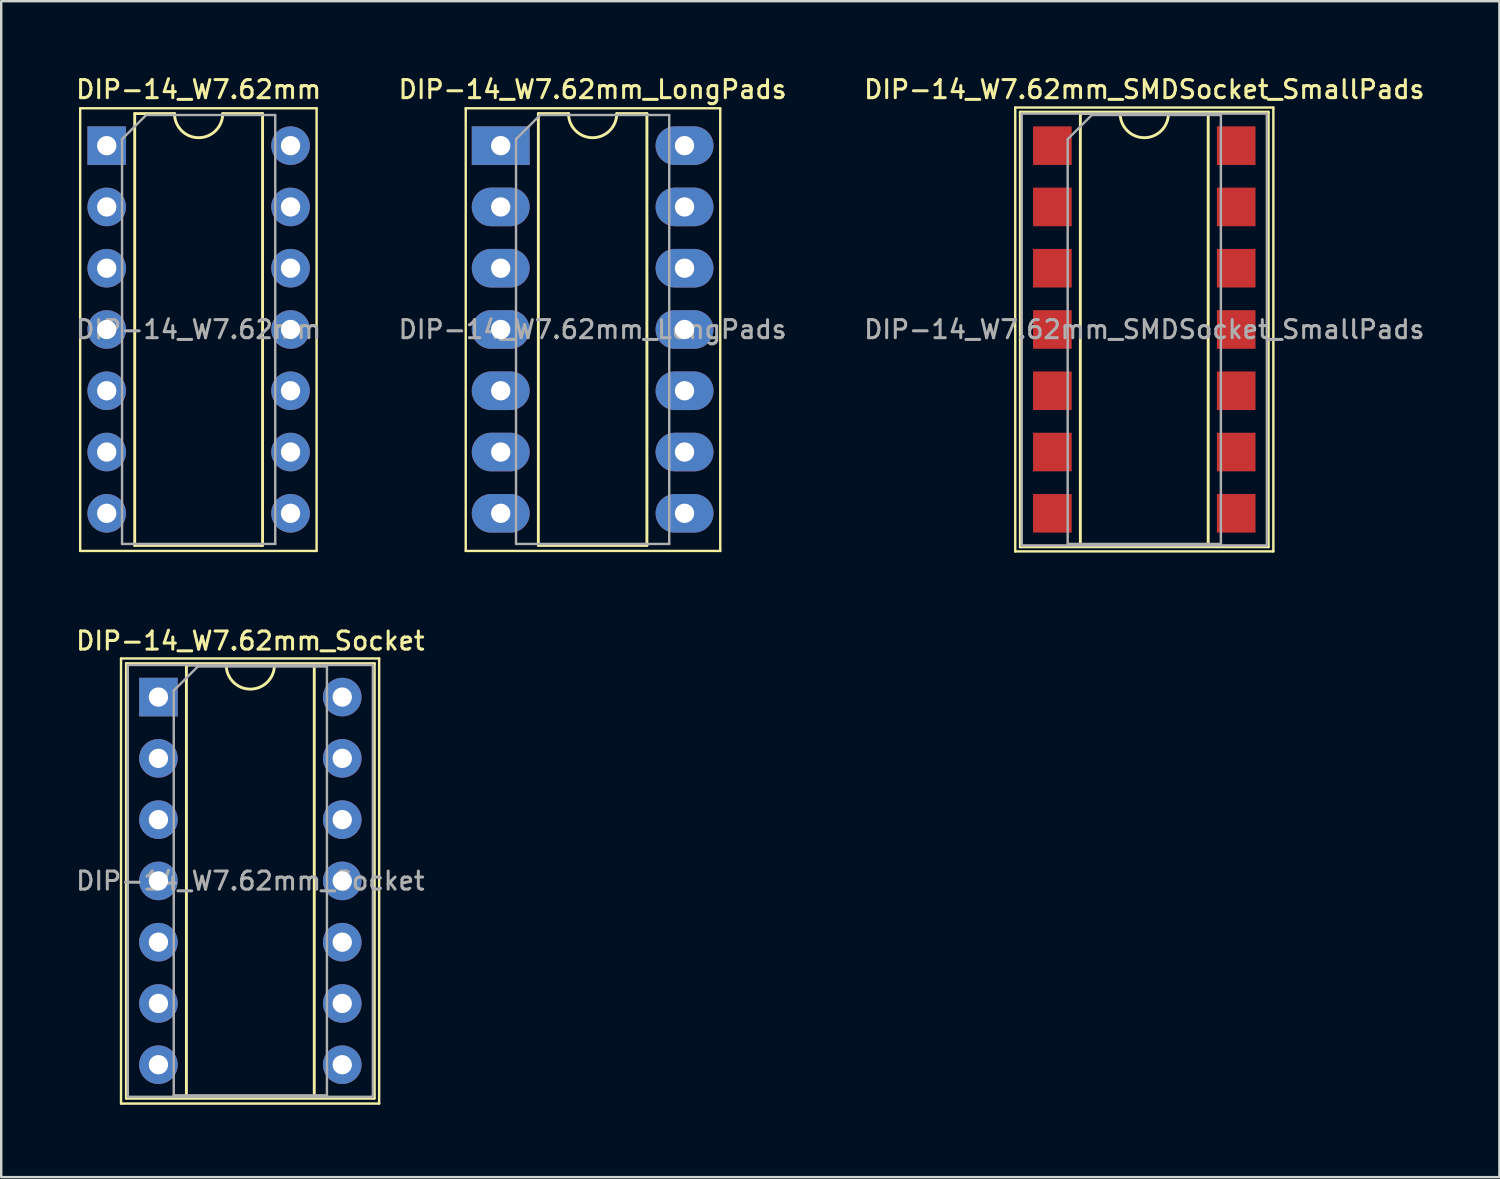
<source format=kicad_pcb>
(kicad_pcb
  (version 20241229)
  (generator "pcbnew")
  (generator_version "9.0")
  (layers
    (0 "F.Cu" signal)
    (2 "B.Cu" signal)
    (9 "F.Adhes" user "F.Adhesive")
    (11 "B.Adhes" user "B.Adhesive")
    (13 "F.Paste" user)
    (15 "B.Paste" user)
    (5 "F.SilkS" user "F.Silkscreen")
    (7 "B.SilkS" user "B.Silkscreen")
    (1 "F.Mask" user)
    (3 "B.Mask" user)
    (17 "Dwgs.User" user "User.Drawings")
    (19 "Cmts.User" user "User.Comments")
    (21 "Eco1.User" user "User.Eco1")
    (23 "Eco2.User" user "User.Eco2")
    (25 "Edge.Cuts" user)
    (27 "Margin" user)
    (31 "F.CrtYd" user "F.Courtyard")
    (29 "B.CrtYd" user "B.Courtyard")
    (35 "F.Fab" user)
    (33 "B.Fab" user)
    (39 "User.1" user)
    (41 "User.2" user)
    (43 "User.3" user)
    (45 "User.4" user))
  (footprint "DIP-14_W7.62mm_SMDSocket_SmallPads"
    (layer "F.Cu")
    (at 44.384 10.608)
    (property "Reference" "DIP-14_W7.62mm_SMDSocket_SmallPads" (at 0 -9.95 0) (layer "F.SilkS") (effects (font (size 0.75 0.75) (thickness 0.125))))
    (attr smd)
    (fp_line (start -5.35 -9.2) (end -5.35 9.2) (stroke (width 0.1) (type solid)) (layer "F.SilkS"))
    (fp_line (start -5.35 9.2) (end 5.35 9.2) (stroke (width 0.1) (type solid)) (layer "F.SilkS"))
    (fp_line (start -5.14 -9.01) (end -5.14 9.01) (stroke (width 0.12) (type solid)) (layer "F.SilkS"))
    (fp_line (start -5.14 9.01) (end 5.14 9.01) (stroke (width 0.12) (type solid)) (layer "F.SilkS"))
    (fp_line (start -2.65 -8.95) (end -2.65 8.95) (stroke (width 0.12) (type solid)) (layer "F.SilkS"))
    (fp_line (start -2.65 8.95) (end 2.65 8.95) (stroke (width 0.12) (type solid)) (layer "F.SilkS"))
    (fp_line (start -1 -8.95) (end -2.65 -8.95) (stroke (width 0.12) (type solid)) (layer "F.SilkS"))
    (fp_line (start 2.65 -8.95) (end 1 -8.95) (stroke (width 0.12) (type solid)) (layer "F.SilkS"))
    (fp_line (start 2.65 8.95) (end 2.65 -8.95) (stroke (width 0.12) (type solid)) (layer "F.SilkS"))
    (fp_line (start 5.14 -9.01) (end -5.14 -9.01) (stroke (width 0.12) (type solid)) (layer "F.SilkS"))
    (fp_line (start 5.14 9.01) (end 5.14 -9.01) (stroke (width 0.12) (type solid)) (layer "F.SilkS"))
    (fp_line (start 5.35 -9.2) (end -5.35 -9.2) (stroke (width 0.1) (type solid)) (layer "F.SilkS"))
    (fp_line (start 5.35 9.2) (end 5.35 -9.2) (stroke (width 0.1) (type solid)) (layer "F.SilkS"))
    (fp_arc (start 1 -8.95) (mid 0 -7.95) (end -1 -8.95) (stroke (width 0.12) (type solid)) (layer "F.SilkS"))
    (fp_line (start -5.08 -8.95) (end -5.08 8.95) (stroke (width 0.1) (type solid)) (layer "F.Fab"))
    (fp_line (start -5.08 8.95) (end 5.08 8.95) (stroke (width 0.1) (type solid)) (layer "F.Fab"))
    (fp_line (start -3.175 -7.89) (end -2.175 -8.89) (stroke (width 0.1) (type solid)) (layer "F.Fab"))
    (fp_line (start -3.175 8.89) (end -3.175 -7.89) (stroke (width 0.1) (type solid)) (layer "F.Fab"))
    (fp_line (start -2.175 -8.89) (end 3.175 -8.89) (stroke (width 0.1) (type solid)) (layer "F.Fab"))
    (fp_line (start 3.175 -8.89) (end 3.175 8.89) (stroke (width 0.1) (type solid)) (layer "F.Fab"))
    (fp_line (start 3.175 8.89) (end -3.175 8.89) (stroke (width 0.1) (type solid)) (layer "F.Fab"))
    (fp_line (start 5.08 -8.95) (end -5.08 -8.95) (stroke (width 0.1) (type solid)) (layer "F.Fab"))
    (fp_line (start 5.08 8.95) (end 5.08 -8.95) (stroke (width 0.1) (type solid)) (layer "F.Fab"))
    (fp_text user "${REFERENCE}" (at 0 0 0) (layer "F.Fab") (effects (font (size 0.75 0.75) (thickness 0.125))))
    (pad "1" smd rect (at -3.81 -7.62) (size 1.6 1.6) (layers "F.Cu" "F.Mask" "F.Paste"))
    (pad "2" smd rect (at -3.81 -5.08) (size 1.6 1.6) (layers "F.Cu" "F.Mask" "F.Paste"))
    (pad "3" smd rect (at -3.81 -2.54) (size 1.6 1.6) (layers "F.Cu" "F.Mask" "F.Paste"))
    (pad "4" smd rect (at -3.81 0) (size 1.6 1.6) (layers "F.Cu" "F.Mask" "F.Paste"))
    (pad "5" smd rect (at -3.81 2.54) (size 1.6 1.6) (layers "F.Cu" "F.Mask" "F.Paste"))
    (pad "6" smd rect (at -3.81 5.08) (size 1.6 1.6) (layers "F.Cu" "F.Mask" "F.Paste"))
    (pad "7" smd rect (at -3.81 7.62) (size 1.6 1.6) (layers "F.Cu" "F.Mask" "F.Paste"))
    (pad "8" smd rect (at 3.81 7.62) (size 1.6 1.6) (layers "F.Cu" "F.Mask" "F.Paste"))
    (pad "9" smd rect (at 3.81 5.08) (size 1.6 1.6) (layers "F.Cu" "F.Mask" "F.Paste"))
    (pad "10" smd rect (at 3.81 2.54) (size 1.6 1.6) (layers "F.Cu" "F.Mask" "F.Paste"))
    (pad "11" smd rect (at 3.81 0) (size 1.6 1.6) (layers "F.Cu" "F.Mask" "F.Paste"))
    (pad "12" smd rect (at 3.81 -2.54) (size 1.6 1.6) (layers "F.Cu" "F.Mask" "F.Paste"))
    (pad "13" smd rect (at 3.81 -5.08) (size 1.6 1.6) (layers "F.Cu" "F.Mask" "F.Paste"))
    (pad "14" smd rect (at 3.81 -7.62) (size 1.6 1.6) (layers "F.Cu" "F.Mask" "F.Paste")))
  (footprint "DIP-14_W7.62mm_Socket"
    (layer "F.Cu")
    (at 3.517 25.846)
    (property "Reference" "DIP-14_W7.62mm_Socket" (at 3.81 -2.33 0) (layer "F.SilkS") (effects (font (size 0.75 0.75) (thickness 0.125))))
    (attr through_hole)
    (fp_line (start -1.55 -1.6) (end -1.55 16.85) (stroke (width 0.1) (type solid)) (layer "F.SilkS"))
    (fp_line (start -1.55 16.85) (end 9.15 16.85) (stroke (width 0.1) (type solid)) (layer "F.SilkS"))
    (fp_line (start -1.33 -1.39) (end -1.33 16.63) (stroke (width 0.12) (type solid)) (layer "F.SilkS"))
    (fp_line (start -1.33 16.63) (end 8.95 16.63) (stroke (width 0.12) (type solid)) (layer "F.SilkS"))
    (fp_line (start 1.16 -1.33) (end 1.16 16.57) (stroke (width 0.12) (type solid)) (layer "F.SilkS"))
    (fp_line (start 1.16 16.57) (end 6.46 16.57) (stroke (width 0.12) (type solid)) (layer "F.SilkS"))
    (fp_line (start 2.81 -1.33) (end 1.16 -1.33) (stroke (width 0.12) (type solid)) (layer "F.SilkS"))
    (fp_line (start 6.46 -1.33) (end 4.81 -1.33) (stroke (width 0.12) (type solid)) (layer "F.SilkS"))
    (fp_line (start 6.46 16.57) (end 6.46 -1.33) (stroke (width 0.12) (type solid)) (layer "F.SilkS"))
    (fp_line (start 8.95 -1.39) (end -1.33 -1.39) (stroke (width 0.12) (type solid)) (layer "F.SilkS"))
    (fp_line (start 8.95 16.63) (end 8.95 -1.39) (stroke (width 0.12) (type solid)) (layer "F.SilkS"))
    (fp_line (start 9.15 -1.6) (end -1.55 -1.6) (stroke (width 0.1) (type solid)) (layer "F.SilkS"))
    (fp_line (start 9.15 16.85) (end 9.15 -1.6) (stroke (width 0.1) (type solid)) (layer "F.SilkS"))
    (fp_arc (start 4.81 -1.33) (mid 3.81 -0.33) (end 2.81 -1.33) (stroke (width 0.12) (type solid)) (layer "F.SilkS"))
    (fp_line (start -1.27 -1.33) (end -1.27 16.57) (stroke (width 0.1) (type solid)) (layer "F.Fab"))
    (fp_line (start -1.27 16.57) (end 8.89 16.57) (stroke (width 0.1) (type solid)) (layer "F.Fab"))
    (fp_line (start 0.635 -0.27) (end 1.635 -1.27) (stroke (width 0.1) (type solid)) (layer "F.Fab"))
    (fp_line (start 0.635 16.51) (end 0.635 -0.27) (stroke (width 0.1) (type solid)) (layer "F.Fab"))
    (fp_line (start 1.635 -1.27) (end 6.985 -1.27) (stroke (width 0.1) (type solid)) (layer "F.Fab"))
    (fp_line (start 6.985 -1.27) (end 6.985 16.51) (stroke (width 0.1) (type solid)) (layer "F.Fab"))
    (fp_line (start 6.985 16.51) (end 0.635 16.51) (stroke (width 0.1) (type solid)) (layer "F.Fab"))
    (fp_line (start 8.89 -1.33) (end -1.27 -1.33) (stroke (width 0.1) (type solid)) (layer "F.Fab"))
    (fp_line (start 8.89 16.57) (end 8.89 -1.33) (stroke (width 0.1) (type solid)) (layer "F.Fab"))
    (fp_text user "${REFERENCE}" (at 3.81 7.62 0) (layer "F.Fab") (effects (font (size 0.75 0.75) (thickness 0.125))))
    (pad "1" thru_hole rect (at 0 0) (size 1.6 1.6) (drill 0.8) (layers "*.Cu" "*.Mask"))
    (pad "2" thru_hole oval (at 0 2.54) (size 1.6 1.6) (drill 0.8) (layers "*.Cu" "*.Mask"))
    (pad "3" thru_hole oval (at 0 5.08) (size 1.6 1.6) (drill 0.8) (layers "*.Cu" "*.Mask"))
    (pad "4" thru_hole oval (at 0 7.62) (size 1.6 1.6) (drill 0.8) (layers "*.Cu" "*.Mask"))
    (pad "5" thru_hole oval (at 0 10.16) (size 1.6 1.6) (drill 0.8) (layers "*.Cu" "*.Mask"))
    (pad "6" thru_hole oval (at 0 12.7) (size 1.6 1.6) (drill 0.8) (layers "*.Cu" "*.Mask"))
    (pad "7" thru_hole oval (at 0 15.24) (size 1.6 1.6) (drill 0.8) (layers "*.Cu" "*.Mask"))
    (pad "8" thru_hole oval (at 7.62 15.24) (size 1.6 1.6) (drill 0.8) (layers "*.Cu" "*.Mask"))
    (pad "9" thru_hole oval (at 7.62 12.7) (size 1.6 1.6) (drill 0.8) (layers "*.Cu" "*.Mask"))
    (pad "10" thru_hole oval (at 7.62 10.16) (size 1.6 1.6) (drill 0.8) (layers "*.Cu" "*.Mask"))
    (pad "11" thru_hole oval (at 7.62 7.62) (size 1.6 1.6) (drill 0.8) (layers "*.Cu" "*.Mask"))
    (pad "12" thru_hole oval (at 7.62 5.08) (size 1.6 1.6) (drill 0.8) (layers "*.Cu" "*.Mask"))
    (pad "13" thru_hole oval (at 7.62 2.54) (size 1.6 1.6) (drill 0.8) (layers "*.Cu" "*.Mask"))
    (pad "14" thru_hole oval (at 7.62 0) (size 1.6 1.6) (drill 0.8) (layers "*.Cu" "*.Mask")))
  (footprint "DIP-14_W7.62mm_LongPads"
    (layer "F.Cu")
    (at 17.706 2.988)
    (property "Reference" "DIP-14_W7.62mm_LongPads" (at 3.81 -2.33 0) (layer "F.SilkS") (effects (font (size 0.75 0.75) (thickness 0.125))))
    (attr through_hole)
    (fp_line (start -1.45 -1.55) (end -1.45 16.8) (stroke (width 0.1) (type solid)) (layer "F.SilkS"))
    (fp_line (start -1.45 16.8) (end 9.1 16.8) (stroke (width 0.1) (type solid)) (layer "F.SilkS"))
    (fp_line (start 1.56 -1.33) (end 1.56 16.57) (stroke (width 0.12) (type solid)) (layer "F.SilkS"))
    (fp_line (start 1.56 16.57) (end 6.06 16.57) (stroke (width 0.12) (type solid)) (layer "F.SilkS"))
    (fp_line (start 2.81 -1.33) (end 1.56 -1.33) (stroke (width 0.12) (type solid)) (layer "F.SilkS"))
    (fp_line (start 6.06 -1.33) (end 4.81 -1.33) (stroke (width 0.12) (type solid)) (layer "F.SilkS"))
    (fp_line (start 6.06 16.57) (end 6.06 -1.33) (stroke (width 0.12) (type solid)) (layer "F.SilkS"))
    (fp_line (start 9.1 -1.55) (end -1.45 -1.55) (stroke (width 0.1) (type solid)) (layer "F.SilkS"))
    (fp_line (start 9.1 16.8) (end 9.1 -1.55) (stroke (width 0.1) (type solid)) (layer "F.SilkS"))
    (fp_arc (start 4.81 -1.33) (mid 3.81 -0.33) (end 2.81 -1.33) (stroke (width 0.12) (type solid)) (layer "F.SilkS"))
    (fp_line (start 0.635 -0.27) (end 1.635 -1.27) (stroke (width 0.1) (type solid)) (layer "F.Fab"))
    (fp_line (start 0.635 16.51) (end 0.635 -0.27) (stroke (width 0.1) (type solid)) (layer "F.Fab"))
    (fp_line (start 1.635 -1.27) (end 6.985 -1.27) (stroke (width 0.1) (type solid)) (layer "F.Fab"))
    (fp_line (start 6.985 -1.27) (end 6.985 16.51) (stroke (width 0.1) (type solid)) (layer "F.Fab"))
    (fp_line (start 6.985 16.51) (end 0.635 16.51) (stroke (width 0.1) (type solid)) (layer "F.Fab"))
    (fp_text user "${REFERENCE}" (at 3.81 7.62 0) (layer "F.Fab") (effects (font (size 0.75 0.75) (thickness 0.125))))
    (pad "1" thru_hole rect (at 0 0) (size 2.4 1.6) (drill 0.8) (layers "*.Cu" "*.Mask"))
    (pad "2" thru_hole oval (at 0 2.54) (size 2.4 1.6) (drill 0.8) (layers "*.Cu" "*.Mask"))
    (pad "3" thru_hole oval (at 0 5.08) (size 2.4 1.6) (drill 0.8) (layers "*.Cu" "*.Mask"))
    (pad "4" thru_hole oval (at 0 7.62) (size 2.4 1.6) (drill 0.8) (layers "*.Cu" "*.Mask"))
    (pad "5" thru_hole oval (at 0 10.16) (size 2.4 1.6) (drill 0.8) (layers "*.Cu" "*.Mask"))
    (pad "6" thru_hole oval (at 0 12.7) (size 2.4 1.6) (drill 0.8) (layers "*.Cu" "*.Mask"))
    (pad "7" thru_hole oval (at 0 15.24) (size 2.4 1.6) (drill 0.8) (layers "*.Cu" "*.Mask"))
    (pad "8" thru_hole oval (at 7.62 15.24) (size 2.4 1.6) (drill 0.8) (layers "*.Cu" "*.Mask"))
    (pad "9" thru_hole oval (at 7.62 12.7) (size 2.4 1.6) (drill 0.8) (layers "*.Cu" "*.Mask"))
    (pad "10" thru_hole oval (at 7.62 10.16) (size 2.4 1.6) (drill 0.8) (layers "*.Cu" "*.Mask"))
    (pad "11" thru_hole oval (at 7.62 7.62) (size 2.4 1.6) (drill 0.8) (layers "*.Cu" "*.Mask"))
    (pad "12" thru_hole oval (at 7.62 5.08) (size 2.4 1.6) (drill 0.8) (layers "*.Cu" "*.Mask"))
    (pad "13" thru_hole oval (at 7.62 2.54) (size 2.4 1.6) (drill 0.8) (layers "*.Cu" "*.Mask"))
    (pad "14" thru_hole oval (at 7.62 0) (size 2.4 1.6) (drill 0.8) (layers "*.Cu" "*.Mask")))
  (footprint "DIP-14_W7.62mm"
    (layer "F.Cu")
    (at 1.374 2.988)
    (property "Reference" "DIP-14_W7.62mm" (at 3.81 -2.33 0) (layer "F.SilkS") (effects (font (size 0.75 0.75) (thickness 0.125))))
    (attr through_hole)
    (fp_line (start -1.1 -1.55) (end -1.1 16.8) (stroke (width 0.1) (type solid)) (layer "F.SilkS"))
    (fp_line (start -1.1 16.8) (end 8.7 16.8) (stroke (width 0.1) (type solid)) (layer "F.SilkS"))
    (fp_line (start 1.16 -1.33) (end 1.16 16.57) (stroke (width 0.12) (type solid)) (layer "F.SilkS"))
    (fp_line (start 1.16 16.57) (end 6.46 16.57) (stroke (width 0.12) (type solid)) (layer "F.SilkS"))
    (fp_line (start 2.81 -1.33) (end 1.16 -1.33) (stroke (width 0.12) (type solid)) (layer "F.SilkS"))
    (fp_line (start 6.46 -1.33) (end 4.81 -1.33) (stroke (width 0.12) (type solid)) (layer "F.SilkS"))
    (fp_line (start 6.46 16.57) (end 6.46 -1.33) (stroke (width 0.12) (type solid)) (layer "F.SilkS"))
    (fp_line (start 8.7 -1.55) (end -1.1 -1.55) (stroke (width 0.1) (type solid)) (layer "F.SilkS"))
    (fp_line (start 8.7 16.8) (end 8.7 -1.55) (stroke (width 0.1) (type solid)) (layer "F.SilkS"))
    (fp_arc (start 4.81 -1.33) (mid 3.81 -0.33) (end 2.81 -1.33) (stroke (width 0.12) (type solid)) (layer "F.SilkS"))
    (fp_line (start 0.635 -0.27) (end 1.635 -1.27) (stroke (width 0.1) (type solid)) (layer "F.Fab"))
    (fp_line (start 0.635 16.51) (end 0.635 -0.27) (stroke (width 0.1) (type solid)) (layer "F.Fab"))
    (fp_line (start 1.635 -1.27) (end 6.985 -1.27) (stroke (width 0.1) (type solid)) (layer "F.Fab"))
    (fp_line (start 6.985 -1.27) (end 6.985 16.51) (stroke (width 0.1) (type solid)) (layer "F.Fab"))
    (fp_line (start 6.985 16.51) (end 0.635 16.51) (stroke (width 0.1) (type solid)) (layer "F.Fab"))
    (fp_text user "${REFERENCE}" (at 3.81 7.62 0) (layer "F.Fab") (effects (font (size 0.75 0.75) (thickness 0.125))))
    (pad "1" thru_hole rect (at 0 0) (size 1.6 1.6) (drill 0.8) (layers "*.Cu" "*.Mask"))
    (pad "2" thru_hole oval (at 0 2.54) (size 1.6 1.6) (drill 0.8) (layers "*.Cu" "*.Mask"))
    (pad "3" thru_hole oval (at 0 5.08) (size 1.6 1.6) (drill 0.8) (layers "*.Cu" "*.Mask"))
    (pad "4" thru_hole oval (at 0 7.62) (size 1.6 1.6) (drill 0.8) (layers "*.Cu" "*.Mask"))
    (pad "5" thru_hole oval (at 0 10.16) (size 1.6 1.6) (drill 0.8) (layers "*.Cu" "*.Mask"))
    (pad "6" thru_hole oval (at 0 12.7) (size 1.6 1.6) (drill 0.8) (layers "*.Cu" "*.Mask"))
    (pad "7" thru_hole oval (at 0 15.24) (size 1.6 1.6) (drill 0.8) (layers "*.Cu" "*.Mask"))
    (pad "8" thru_hole oval (at 7.62 15.24) (size 1.6 1.6) (drill 0.8) (layers "*.Cu" "*.Mask"))
    (pad "9" thru_hole oval (at 7.62 12.7) (size 1.6 1.6) (drill 0.8) (layers "*.Cu" "*.Mask"))
    (pad "10" thru_hole oval (at 7.62 10.16) (size 1.6 1.6) (drill 0.8) (layers "*.Cu" "*.Mask"))
    (pad "11" thru_hole oval (at 7.62 7.62) (size 1.6 1.6) (drill 0.8) (layers "*.Cu" "*.Mask"))
    (pad "12" thru_hole oval (at 7.62 5.08) (size 1.6 1.6) (drill 0.8) (layers "*.Cu" "*.Mask"))
    (pad "13" thru_hole oval (at 7.62 2.54) (size 1.6 1.6) (drill 0.8) (layers "*.Cu" "*.Mask"))
    (pad "14" thru_hole oval (at 7.62 0) (size 1.6 1.6) (drill 0.8) (layers "*.Cu" "*.Mask")))
  (gr_rect
    (start -3 -3)
    (end 59.104 45.746)
    (stroke (width 0.1) (type default))
    (fill no)
    (layer "Edge.Cuts")))
</source>
